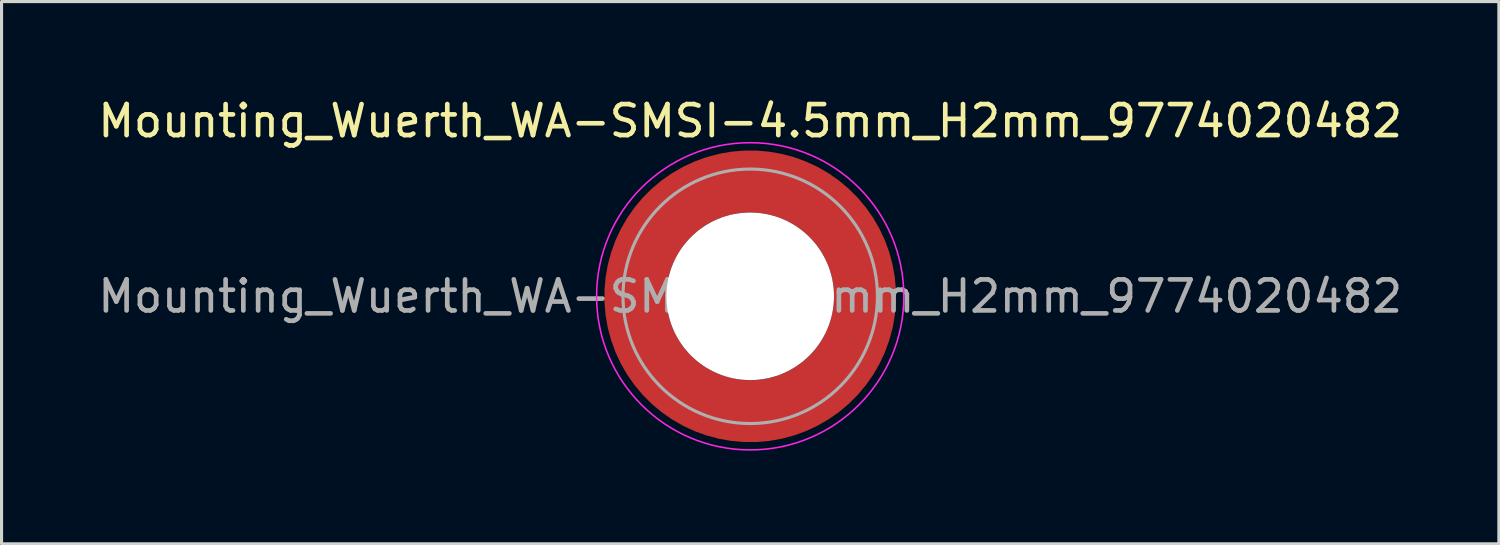
<source format=kicad_pcb>
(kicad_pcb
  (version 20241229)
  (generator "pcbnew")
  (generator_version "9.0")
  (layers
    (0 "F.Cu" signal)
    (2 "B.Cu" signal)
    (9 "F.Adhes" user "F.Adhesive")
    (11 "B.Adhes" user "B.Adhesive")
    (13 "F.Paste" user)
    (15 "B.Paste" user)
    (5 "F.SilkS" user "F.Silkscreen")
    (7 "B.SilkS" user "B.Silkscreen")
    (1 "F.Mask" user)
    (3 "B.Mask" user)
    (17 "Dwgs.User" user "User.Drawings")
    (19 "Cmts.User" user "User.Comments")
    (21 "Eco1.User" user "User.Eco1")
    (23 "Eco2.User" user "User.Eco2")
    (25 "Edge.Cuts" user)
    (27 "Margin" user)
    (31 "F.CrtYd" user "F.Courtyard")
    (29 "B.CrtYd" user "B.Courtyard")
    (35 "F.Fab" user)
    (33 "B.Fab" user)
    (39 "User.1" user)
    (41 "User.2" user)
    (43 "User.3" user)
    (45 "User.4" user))
  (footprint "Mounting_Wuerth_WA-SMSI-4.5mm_H2mm_9774020482"
    (layer "F.Cu")
    (at 21.125 6.498)
    (property "Reference" "Mounting_Wuerth_WA-SMSI-4.5mm_H2mm_9774020482" (at 0 -5.65 0) (layer "F.SilkS") (effects (font (size 1 1) (thickness 0.15))))
    (attr smd)
    (fp_circle (center 0 0) (end 4.95 0) (stroke (width 0.05) (type solid)) (fill no) (layer "F.CrtYd"))
    (fp_circle (center 0 0) (end 4.1 0) (stroke (width 0.1) (type solid)) (fill no) (layer "F.Fab"))
    (fp_text user "${REFERENCE}" (at 0 0 0) (layer "F.Fab") (effects (font (size 1 1) (thickness 0.15))))
    (pad "" smd custom (at -2.607 -2.607) (size 1.495 1.495) (layers "F.Paste") (options (anchor circle)) (primitives (gr_arc (start -0.188183 2.107456) (mid 0.598928 0.599619) (end 2.106494 -0.188011) (width 0.2)) (gr_arc (start -0.289416 2.107456) (mid 0.528508 0.529033) (end 2.106724 -0.28929) (width 0.2)) (gr_arc (start -0.390547 2.107456) (mid 0.457087 0.459449) (end 2.104161 -0.389996) (width 0.2)) (gr_arc (start -0.491585 2.107456) (mid 0.386415 0.389116) (end 2.103685 -0.490974) (width 0.2)) (gr_arc (start -0.59254 2.107456) (mid 0.31649 0.318035) (end 2.105297 -0.592202) (width 0.2)) (gr_arc (start -0.693419 2.107456) (mid 0.245252 0.248268) (end 2.103239 -0.692777) (width 0.2)) (gr_arc (start -0.794229 2.107456) (mid 0.174636 0.177878) (end 2.102921 -0.793559) (width 0.2)) (gr_arc (start -0.894975 2.107456) (mid 0.104643 0.106866) (end 2.104343 -0.894529) (width 0.2)) (gr_arc (start -0.995664 2.107456) (mid 0.033026 0.037479) (end 2.101219 -0.994793) (width 0.2)) (gr_arc (start -1.0963 2.107456) (mid -0.035789 -0.034714) (end 2.105949 -1.096096) (width 0.2)) (gr_arc (start -1.196886 2.107456) (mid -0.106351 -0.105157) (end 2.105783 -1.196666) (width 0.2)) (gr_arc (start -1.297427 2.107456) (mid -0.176416 -0.176097) (end 2.107009 -1.29737) (width 0.2)) (gr_arc (start -1.397927 2.107456) (mid -0.248476 -0.245042) (end 2.102638 -1.397323) (width 0.2)) (gr_arc (start -1.498388 2.107456) (mid -0.317612 -0.316913) (end 2.106475 -1.498268) (width 0.2)) (gr_arc (start -1.598813 2.107456) (mid -0.388865 -0.386665) (end 2.104366 -1.598444) (width 0.2)) (gr_arc (start -1.699204 2.107456) (mid -0.459747 -0.456787) (end 2.103299 -1.698719) (width 0.2)) (gr_arc (start -1.799565 2.107456) (mid -0.530257 -0.527283) (end 2.103277 -1.799089) (width 0.2)) (gr_arc (start -1.899896 2.107456) (mid -0.600396 -0.59815) (end 2.104299 -1.899545) (width 0.2)) (gr_arc (start -1.899896 2.107456) (mid -0.600396 -0.59815) (end 2.104299 -1.899545) (width 0.2)) (gr_line (start 2.107 -0.188) (end 2.107 -1.9) (width 0.2)) (gr_line (start -0.188 2.107) (end -1.9 2.107) (width 0.2))))
    (pad "" smd custom (at -2.607 2.607) (size 1.495 1.495) (layers "F.Paste") (options (anchor circle)) (primitives (gr_arc (start 2.107456 0.188183) (mid 0.599619 -0.598928) (end -0.188011 -2.106494) (width 0.2)) (gr_arc (start 2.107456 0.289416) (mid 0.529033 -0.528508) (end -0.28929 -2.106724) (width 0.2)) (gr_arc (start 2.107456 0.390547) (mid 0.459449 -0.457087) (end -0.389996 -2.104161) (width 0.2)) (gr_arc (start 2.107456 0.491585) (mid 0.389116 -0.386415) (end -0.490974 -2.103685) (width 0.2)) (gr_arc (start 2.107456 0.59254) (mid 0.318035 -0.31649) (end -0.592202 -2.105297) (width 0.2)) (gr_arc (start 2.107456 0.693419) (mid 0.248268 -0.245252) (end -0.692777 -2.103239) (width 0.2)) (gr_arc (start 2.107456 0.794229) (mid 0.177878 -0.174636) (end -0.793559 -2.102921) (width 0.2)) (gr_arc (start 2.107456 0.894975) (mid 0.106866 -0.104643) (end -0.894529 -2.104343) (width 0.2)) (gr_arc (start 2.107456 0.995664) (mid 0.037479 -0.033026) (end -0.994793 -2.101219) (width 0.2)) (gr_arc (start 2.107456 1.0963) (mid -0.034714 0.035789) (end -1.096096 -2.105949) (width 0.2)) (gr_arc (start 2.107456 1.196886) (mid -0.105157 0.106351) (end -1.196666 -2.105783) (width 0.2)) (gr_arc (start 2.107456 1.297427) (mid -0.176097 0.176416) (end -1.29737 -2.107009) (width 0.2)) (gr_arc (start 2.107456 1.397927) (mid -0.245042 0.248476) (end -1.397323 -2.102638) (width 0.2)) (gr_arc (start 2.107456 1.498388) (mid -0.316913 0.317612) (end -1.498268 -2.106475) (width 0.2)) (gr_arc (start 2.107456 1.598813) (mid -0.386665 0.388865) (end -1.598444 -2.104366) (width 0.2)) (gr_arc (start 2.107456 1.699204) (mid -0.456787 0.459747) (end -1.698719 -2.103299) (width 0.2)) (gr_arc (start 2.107456 1.799565) (mid -0.527283 0.530257) (end -1.799089 -2.103277) (width 0.2)) (gr_arc (start 2.107456 1.899896) (mid -0.59815 0.600396) (end -1.899545 -2.104299) (width 0.2)) (gr_arc (start 2.107456 1.899896) (mid -0.59815 0.600396) (end -1.899545 -2.104299) (width 0.2)) (gr_line (start -0.188 -2.107) (end -1.9 -2.107) (width 0.2)) (gr_line (start 2.107 0.188) (end 2.107 1.9) (width 0.2))))
    (pad "" np_thru_hole circle (at 0 0) (size 5.4 5.4) (drill 5.4) (layers "*.Cu" "*.Mask"))
    (pad "" smd custom (at 2.607 -2.607) (size 1.495 1.495) (layers "F.Paste") (options (anchor circle)) (primitives (gr_arc (start -2.107456 -0.188183) (mid -0.599619 0.598928) (end 0.188011 2.106494) (width 0.2)) (gr_arc (start -2.107456 -0.289416) (mid -0.529033 0.528508) (end 0.28929 2.106724) (width 0.2)) (gr_arc (start -2.107456 -0.390547) (mid -0.459449 0.457087) (end 0.389996 2.104161) (width 0.2)) (gr_arc (start -2.107456 -0.491585) (mid -0.389116 0.386415) (end 0.490974 2.103685) (width 0.2)) (gr_arc (start -2.107456 -0.59254) (mid -0.318035 0.31649) (end 0.592202 2.105297) (width 0.2)) (gr_arc (start -2.107456 -0.693419) (mid -0.248268 0.245252) (end 0.692777 2.103239) (width 0.2)) (gr_arc (start -2.107456 -0.794229) (mid -0.177878 0.174636) (end 0.793559 2.102921) (width 0.2)) (gr_arc (start -2.107456 -0.894975) (mid -0.106866 0.104643) (end 0.894529 2.104343) (width 0.2)) (gr_arc (start -2.107456 -0.995664) (mid -0.037479 0.033026) (end 0.994793 2.101219) (width 0.2)) (gr_arc (start -2.107456 -1.0963) (mid 0.034714 -0.035789) (end 1.096096 2.105949) (width 0.2)) (gr_arc (start -2.107456 -1.196886) (mid 0.105157 -0.106351) (end 1.196666 2.105783) (width 0.2)) (gr_arc (start -2.107456 -1.297427) (mid 0.176097 -0.176416) (end 1.29737 2.107009) (width 0.2)) (gr_arc (start -2.107456 -1.397927) (mid 0.245042 -0.248476) (end 1.397323 2.102638) (width 0.2)) (gr_arc (start -2.107456 -1.498388) (mid 0.316913 -0.317612) (end 1.498268 2.106475) (width 0.2)) (gr_arc (start -2.107456 -1.598813) (mid 0.386665 -0.388865) (end 1.598444 2.104366) (width 0.2)) (gr_arc (start -2.107456 -1.699204) (mid 0.456787 -0.459747) (end 1.698719 2.103299) (width 0.2)) (gr_arc (start -2.107456 -1.799565) (mid 0.527283 -0.530257) (end 1.799089 2.103277) (width 0.2)) (gr_arc (start -2.107456 -1.899896) (mid 0.59815 -0.600396) (end 1.899545 2.104299) (width 0.2)) (gr_arc (start -2.107456 -1.899896) (mid 0.59815 -0.600396) (end 1.899545 2.104299) (width 0.2)) (gr_line (start 0.188 2.107) (end 1.9 2.107) (width 0.2)) (gr_line (start -2.107 -0.188) (end -2.107 -1.9) (width 0.2))))
    (pad "" smd custom (at 2.607 2.607) (size 1.495 1.495) (layers "F.Paste") (options (anchor circle)) (primitives (gr_arc (start 0.188183 -2.107456) (mid -0.598928 -0.599619) (end -2.106494 0.188011) (width 0.2)) (gr_arc (start 0.289416 -2.107456) (mid -0.528508 -0.529033) (end -2.106724 0.28929) (width 0.2)) (gr_arc (start 0.390547 -2.107456) (mid -0.457087 -0.459449) (end -2.104161 0.389996) (width 0.2)) (gr_arc (start 0.491585 -2.107456) (mid -0.386415 -0.389116) (end -2.103685 0.490974) (width 0.2)) (gr_arc (start 0.59254 -2.107456) (mid -0.31649 -0.318035) (end -2.105297 0.592202) (width 0.2)) (gr_arc (start 0.693419 -2.107456) (mid -0.245252 -0.248268) (end -2.103239 0.692777) (width 0.2)) (gr_arc (start 0.794229 -2.107456) (mid -0.174636 -0.177878) (end -2.102921 0.793559) (width 0.2)) (gr_arc (start 0.894975 -2.107456) (mid -0.104643 -0.106866) (end -2.104343 0.894529) (width 0.2)) (gr_arc (start 0.995664 -2.107456) (mid -0.033026 -0.037479) (end -2.101219 0.994793) (width 0.2)) (gr_arc (start 1.0963 -2.107456) (mid 0.035789 0.034714) (end -2.105949 1.096096) (width 0.2)) (gr_arc (start 1.196886 -2.107456) (mid 0.106351 0.105157) (end -2.105783 1.196666) (width 0.2)) (gr_arc (start 1.297427 -2.107456) (mid 0.176416 0.176097) (end -2.107009 1.29737) (width 0.2)) (gr_arc (start 1.397927 -2.107456) (mid 0.248476 0.245042) (end -2.102638 1.397323) (width 0.2)) (gr_arc (start 1.498388 -2.107456) (mid 0.317612 0.316913) (end -2.106475 1.498268) (width 0.2)) (gr_arc (start 1.598813 -2.107456) (mid 0.388865 0.386665) (end -2.104366 1.598444) (width 0.2)) (gr_arc (start 1.699204 -2.107456) (mid 0.459747 0.456787) (end -2.103299 1.698719) (width 0.2)) (gr_arc (start 1.799565 -2.107456) (mid 0.530257 0.527283) (end -2.103277 1.799089) (width 0.2)) (gr_arc (start 1.899896 -2.107456) (mid 0.600396 0.59815) (end -2.104299 1.899545) (width 0.2)) (gr_arc (start 1.899896 -2.107456) (mid 0.600396 0.59815) (end -2.104299 1.899545) (width 0.2)) (gr_line (start -2.107 0.188) (end -2.107 1.9) (width 0.2)) (gr_line (start 0.188 -2.107) (end 1.9 -2.107) (width 0.2))))
    (pad "1" smd circle (at -3.7 0) (size 1.6 1.6) (layers "F.Cu"))
    (pad "1" smd circle (at 0 -3.7) (size 1.6 1.6) (layers "F.Cu"))
    (pad "1" smd circle (at 0 3.7) (size 1.6 1.6) (layers "F.Cu"))
    (pad "1" smd custom (at 3.7 0) (size 1.6 1.6) (layers "F.Cu" "F.Mask") (options (anchor circle)) (primitives (gr_circle (center -3.7 0) (end 0 0) (width 2) (fill no)))))
  (gr_rect
    (start -3 -3)
    (end 45.25 14.473)
    (stroke (width 0.1) (type default))
    (fill no)
    (layer "Edge.Cuts")))
</source>
